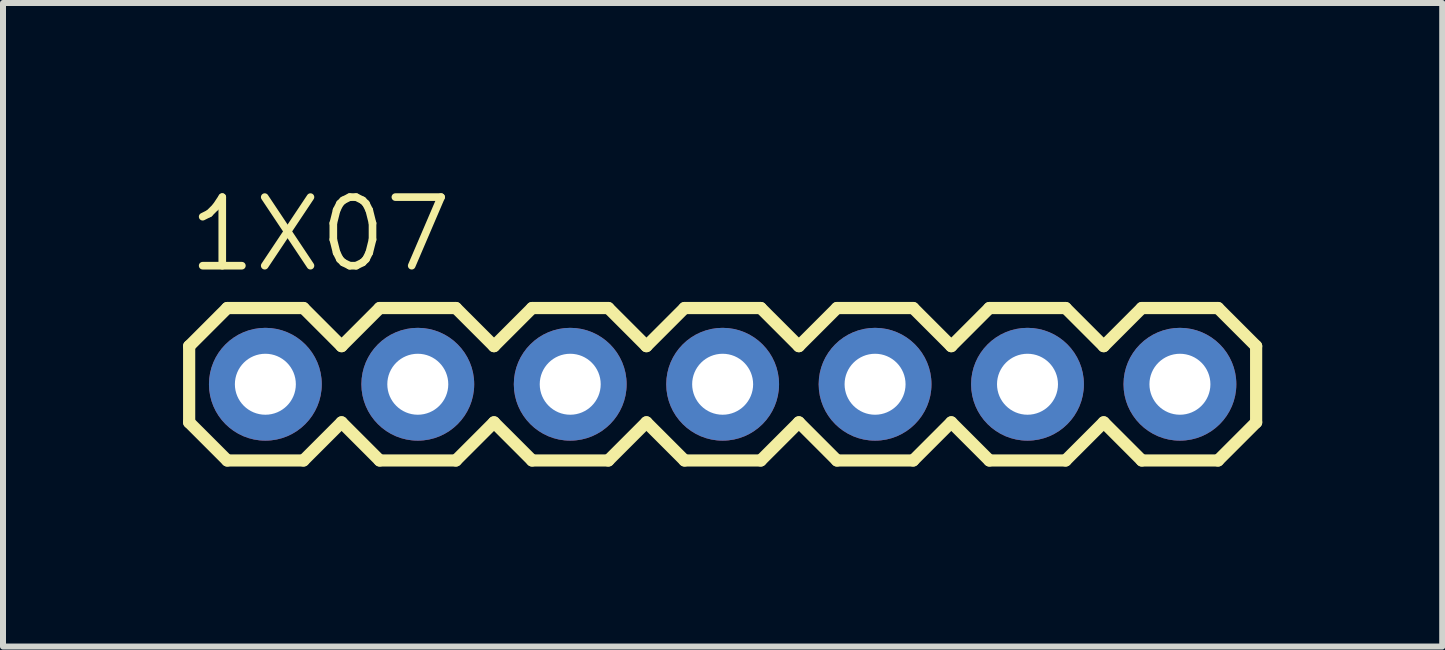
<source format=kicad_pcb>
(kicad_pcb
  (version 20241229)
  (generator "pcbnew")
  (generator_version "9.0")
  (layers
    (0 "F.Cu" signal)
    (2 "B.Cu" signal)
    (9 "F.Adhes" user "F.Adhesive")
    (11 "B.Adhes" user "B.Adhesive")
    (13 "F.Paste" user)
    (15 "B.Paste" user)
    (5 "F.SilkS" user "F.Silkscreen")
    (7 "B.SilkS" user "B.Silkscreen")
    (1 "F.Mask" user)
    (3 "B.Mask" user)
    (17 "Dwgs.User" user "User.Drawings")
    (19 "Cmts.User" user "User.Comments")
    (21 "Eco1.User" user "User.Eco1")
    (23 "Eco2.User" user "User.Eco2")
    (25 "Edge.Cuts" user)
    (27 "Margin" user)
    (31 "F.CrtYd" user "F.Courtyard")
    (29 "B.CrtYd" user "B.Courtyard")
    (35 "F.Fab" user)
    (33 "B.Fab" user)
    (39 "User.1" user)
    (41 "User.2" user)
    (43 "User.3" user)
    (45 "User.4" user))
  (footprint "1X07"
    (layer "F.Cu")
    (at 1.372 3.353)
    (property "Reference" "1X07" (at -1.346 -1.829 0) (layer "F.SilkS") (effects (font (size 1.143 1.143) (thickness 0.127)) (justify left bottom)))
    (fp_line (start -1.27 -0.635) (end -1.27 0.635) (stroke (width 0.203) (type solid)) (layer "F.SilkS"))
    (fp_line (start -1.27 0.635) (end -0.635 1.27) (stroke (width 0.203) (type solid)) (layer "F.SilkS"))
    (fp_line (start -0.635 -1.27) (end -1.27 -0.635) (stroke (width 0.203) (type solid)) (layer "F.SilkS"))
    (fp_line (start -0.635 -1.27) (end 0.635 -1.27) (stroke (width 0.203) (type solid)) (layer "F.SilkS"))
    (fp_line (start 0.635 -1.27) (end 1.27 -0.635) (stroke (width 0.203) (type solid)) (layer "F.SilkS"))
    (fp_line (start 0.635 1.27) (end -0.635 1.27) (stroke (width 0.203) (type solid)) (layer "F.SilkS"))
    (fp_line (start 1.27 -0.635) (end 1.905 -1.27) (stroke (width 0.203) (type solid)) (layer "F.SilkS"))
    (fp_line (start 1.27 0.635) (end 0.635 1.27) (stroke (width 0.203) (type solid)) (layer "F.SilkS"))
    (fp_line (start 1.905 -1.27) (end 3.175 -1.27) (stroke (width 0.203) (type solid)) (layer "F.SilkS"))
    (fp_line (start 1.905 1.27) (end 1.27 0.635) (stroke (width 0.203) (type solid)) (layer "F.SilkS"))
    (fp_line (start 3.175 -1.27) (end 3.81 -0.635) (stroke (width 0.203) (type solid)) (layer "F.SilkS"))
    (fp_line (start 3.175 1.27) (end 1.905 1.27) (stroke (width 0.203) (type solid)) (layer "F.SilkS"))
    (fp_line (start 3.81 -0.635) (end 4.445 -1.27) (stroke (width 0.203) (type solid)) (layer "F.SilkS"))
    (fp_line (start 3.81 0.635) (end 3.175 1.27) (stroke (width 0.203) (type solid)) (layer "F.SilkS"))
    (fp_line (start 4.445 -1.27) (end 5.715 -1.27) (stroke (width 0.203) (type solid)) (layer "F.SilkS"))
    (fp_line (start 4.445 1.27) (end 3.81 0.635) (stroke (width 0.203) (type solid)) (layer "F.SilkS"))
    (fp_line (start 5.715 -1.27) (end 6.35 -0.635) (stroke (width 0.203) (type solid)) (layer "F.SilkS"))
    (fp_line (start 5.715 1.27) (end 4.445 1.27) (stroke (width 0.203) (type solid)) (layer "F.SilkS"))
    (fp_line (start 6.35 0.635) (end 5.715 1.27) (stroke (width 0.203) (type solid)) (layer "F.SilkS"))
    (fp_line (start 6.35 0.635) (end 6.985 1.27) (stroke (width 0.203) (type solid)) (layer "F.SilkS"))
    (fp_line (start 6.985 -1.27) (end 6.35 -0.635) (stroke (width 0.203) (type solid)) (layer "F.SilkS"))
    (fp_line (start 6.985 -1.27) (end 8.255 -1.27) (stroke (width 0.203) (type solid)) (layer "F.SilkS"))
    (fp_line (start 8.255 -1.27) (end 8.89 -0.635) (stroke (width 0.203) (type solid)) (layer "F.SilkS"))
    (fp_line (start 8.255 1.27) (end 6.985 1.27) (stroke (width 0.203) (type solid)) (layer "F.SilkS"))
    (fp_line (start 8.89 -0.635) (end 9.525 -1.27) (stroke (width 0.203) (type solid)) (layer "F.SilkS"))
    (fp_line (start 8.89 0.635) (end 8.255 1.27) (stroke (width 0.203) (type solid)) (layer "F.SilkS"))
    (fp_line (start 9.525 -1.27) (end 10.795 -1.27) (stroke (width 0.203) (type solid)) (layer "F.SilkS"))
    (fp_line (start 9.525 1.27) (end 8.89 0.635) (stroke (width 0.203) (type solid)) (layer "F.SilkS"))
    (fp_line (start 10.795 -1.27) (end 11.43 -0.635) (stroke (width 0.203) (type solid)) (layer "F.SilkS"))
    (fp_line (start 10.795 1.27) (end 9.525 1.27) (stroke (width 0.203) (type solid)) (layer "F.SilkS"))
    (fp_line (start 11.43 -0.635) (end 12.065 -1.27) (stroke (width 0.203) (type solid)) (layer "F.SilkS"))
    (fp_line (start 11.43 0.635) (end 10.795 1.27) (stroke (width 0.203) (type solid)) (layer "F.SilkS"))
    (fp_line (start 12.065 -1.27) (end 13.335 -1.27) (stroke (width 0.203) (type solid)) (layer "F.SilkS"))
    (fp_line (start 12.065 1.27) (end 11.43 0.635) (stroke (width 0.203) (type solid)) (layer "F.SilkS"))
    (fp_line (start 13.335 -1.27) (end 13.97 -0.635) (stroke (width 0.203) (type solid)) (layer "F.SilkS"))
    (fp_line (start 13.335 1.27) (end 12.065 1.27) (stroke (width 0.203) (type solid)) (layer "F.SilkS"))
    (fp_line (start 13.97 0.635) (end 13.335 1.27) (stroke (width 0.203) (type solid)) (layer "F.SilkS"))
    (fp_line (start 13.97 0.635) (end 14.605 1.27) (stroke (width 0.203) (type solid)) (layer "F.SilkS"))
    (fp_line (start 14.605 -1.27) (end 13.97 -0.635) (stroke (width 0.203) (type solid)) (layer "F.SilkS"))
    (fp_line (start 14.605 -1.27) (end 15.875 -1.27) (stroke (width 0.203) (type solid)) (layer "F.SilkS"))
    (fp_line (start 15.875 -1.27) (end 16.51 -0.635) (stroke (width 0.203) (type solid)) (layer "F.SilkS"))
    (fp_line (start 15.875 1.27) (end 14.605 1.27) (stroke (width 0.203) (type solid)) (layer "F.SilkS"))
    (fp_line (start 16.51 -0.635) (end 16.51 0.635) (stroke (width 0.203) (type solid)) (layer "F.SilkS"))
    (fp_line (start 16.51 0.635) (end 15.875 1.27) (stroke (width 0.203) (type solid)) (layer "F.SilkS"))
    (fp_poly (pts (xy -0.254 0.254) (xy 0.254 0.254) (xy 0.254 -0.254) (xy -0.254 -0.254)) (stroke (width 0.1) (type solid)) (fill no) (layer "F.Fab"))
    (fp_poly (pts (xy 2.286 0.254) (xy 2.794 0.254) (xy 2.794 -0.254) (xy 2.286 -0.254)) (stroke (width 0.1) (type solid)) (fill no) (layer "F.Fab"))
    (fp_poly (pts (xy 4.826 0.254) (xy 5.334 0.254) (xy 5.334 -0.254) (xy 4.826 -0.254)) (stroke (width 0.1) (type solid)) (fill no) (layer "F.Fab"))
    (fp_poly (pts (xy 7.366 0.254) (xy 7.874 0.254) (xy 7.874 -0.254) (xy 7.366 -0.254)) (stroke (width 0.1) (type solid)) (fill no) (layer "F.Fab"))
    (fp_poly (pts (xy 9.906 0.254) (xy 10.414 0.254) (xy 10.414 -0.254) (xy 9.906 -0.254)) (stroke (width 0.1) (type solid)) (fill no) (layer "F.Fab"))
    (fp_poly (pts (xy 12.446 0.254) (xy 12.954 0.254) (xy 12.954 -0.254) (xy 12.446 -0.254)) (stroke (width 0.1) (type solid)) (fill no) (layer "F.Fab"))
    (fp_poly (pts (xy 14.986 0.254) (xy 15.494 0.254) (xy 15.494 -0.254) (xy 14.986 -0.254)) (stroke (width 0.1) (type solid)) (fill no) (layer "F.Fab"))
    (pad "1" thru_hole circle (at 0 0 90) (size 1.88 1.88) (drill 1.016) (layers "*.Cu" "*.Mask"))
    (pad "2" thru_hole circle (at 2.54 0 90) (size 1.88 1.88) (drill 1.016) (layers "*.Cu" "*.Mask"))
    (pad "3" thru_hole circle (at 5.08 0 90) (size 1.88 1.88) (drill 1.016) (layers "*.Cu" "*.Mask"))
    (pad "4" thru_hole circle (at 7.62 0 90) (size 1.88 1.88) (drill 1.016) (layers "*.Cu" "*.Mask"))
    (pad "5" thru_hole circle (at 10.16 0 90) (size 1.88 1.88) (drill 1.016) (layers "*.Cu" "*.Mask"))
    (pad "6" thru_hole circle (at 12.7 0 90) (size 1.88 1.88) (drill 1.016) (layers "*.Cu" "*.Mask"))
    (pad "7" thru_hole circle (at 15.24 0 90) (size 1.88 1.88) (drill 1.016) (layers "*.Cu" "*.Mask")))
  (gr_rect
    (start -3 -3)
    (end 20.983 7.724)
    (stroke (width 0.1) (type default))
    (fill no)
    (layer "Edge.Cuts")))
</source>
